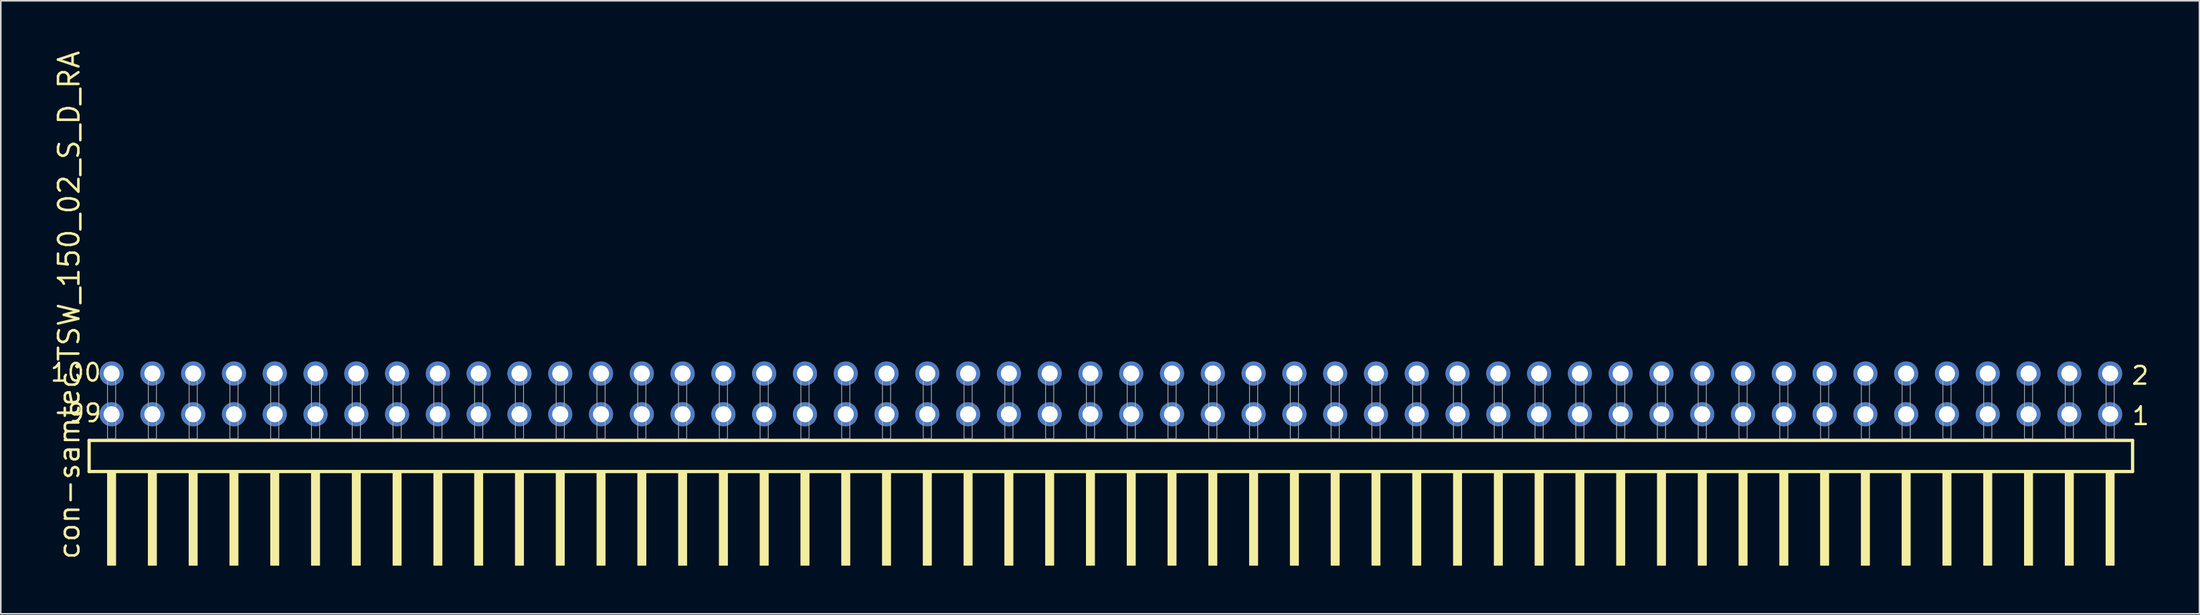
<source format=kicad_pcb>
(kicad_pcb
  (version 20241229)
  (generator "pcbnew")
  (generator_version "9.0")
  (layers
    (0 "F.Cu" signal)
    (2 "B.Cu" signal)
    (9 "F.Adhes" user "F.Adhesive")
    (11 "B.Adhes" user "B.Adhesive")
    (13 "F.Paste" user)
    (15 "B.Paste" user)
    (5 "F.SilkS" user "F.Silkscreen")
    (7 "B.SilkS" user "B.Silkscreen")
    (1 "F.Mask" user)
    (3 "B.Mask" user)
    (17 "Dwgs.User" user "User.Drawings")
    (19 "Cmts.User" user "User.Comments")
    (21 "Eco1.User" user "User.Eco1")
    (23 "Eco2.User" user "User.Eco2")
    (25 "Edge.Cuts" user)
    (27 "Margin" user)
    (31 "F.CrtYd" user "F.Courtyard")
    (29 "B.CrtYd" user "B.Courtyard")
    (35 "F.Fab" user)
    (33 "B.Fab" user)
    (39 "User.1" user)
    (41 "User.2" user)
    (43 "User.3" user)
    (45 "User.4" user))
  (footprint "con-samtec.TSW_150_02_S_D_RA"
    (layer "F.Cu")
    (at 66.13 24.296)
    (property "Reference" "con-samtec.TSW_150_02_S_D_RA" (at -64.135 7.62 90) (layer "F.SilkS") (effects (font (size 1.27 1.27) (thickness 0.16)) (justify left bottom)))
    (attr through_hole)
    (fp_line (start -63.629 0.106) (end -63.629 2.046) (stroke (width 0.203) (type default)) (layer "F.SilkS"))
    (fp_line (start -63.629 2.046) (end 63.629 2.046) (stroke (width 0.203) (type default)) (layer "F.SilkS"))
    (fp_line (start 63.629 0.106) (end -63.629 0.106) (stroke (width 0.203) (type default)) (layer "F.SilkS"))
    (fp_line (start 63.629 2.046) (end 63.629 0.106) (stroke (width 0.203) (type default)) (layer "F.SilkS"))
    (fp_rect (start -62.484 7.89) (end -61.976 2.04) (stroke (width 0.05) (type default)) (fill yes) (layer "F.SilkS"))
    (fp_rect (start -59.944 7.89) (end -59.436 2.04) (stroke (width 0.05) (type default)) (fill yes) (layer "F.SilkS"))
    (fp_rect (start -57.404 7.89) (end -56.896 2.04) (stroke (width 0.05) (type default)) (fill yes) (layer "F.SilkS"))
    (fp_rect (start -54.864 7.89) (end -54.356 2.04) (stroke (width 0.05) (type default)) (fill yes) (layer "F.SilkS"))
    (fp_rect (start -52.324 7.89) (end -51.816 2.04) (stroke (width 0.05) (type default)) (fill yes) (layer "F.SilkS"))
    (fp_rect (start -49.784 7.89) (end -49.276 2.04) (stroke (width 0.05) (type default)) (fill yes) (layer "F.SilkS"))
    (fp_rect (start -47.244 7.89) (end -46.736 2.04) (stroke (width 0.05) (type default)) (fill yes) (layer "F.SilkS"))
    (fp_rect (start -44.704 7.89) (end -44.196 2.04) (stroke (width 0.05) (type default)) (fill yes) (layer "F.SilkS"))
    (fp_rect (start -42.164 7.89) (end -41.656 2.04) (stroke (width 0.05) (type default)) (fill yes) (layer "F.SilkS"))
    (fp_rect (start -39.624 7.89) (end -39.116 2.04) (stroke (width 0.05) (type default)) (fill yes) (layer "F.SilkS"))
    (fp_rect (start -37.084 7.89) (end -36.576 2.04) (stroke (width 0.05) (type default)) (fill yes) (layer "F.SilkS"))
    (fp_rect (start -34.544 7.89) (end -34.036 2.04) (stroke (width 0.05) (type default)) (fill yes) (layer "F.SilkS"))
    (fp_rect (start -32.004 7.89) (end -31.496 2.04) (stroke (width 0.05) (type default)) (fill yes) (layer "F.SilkS"))
    (fp_rect (start -29.464 7.89) (end -28.956 2.04) (stroke (width 0.05) (type default)) (fill yes) (layer "F.SilkS"))
    (fp_rect (start -26.924 7.89) (end -26.416 2.04) (stroke (width 0.05) (type default)) (fill yes) (layer "F.SilkS"))
    (fp_rect (start -24.384 7.89) (end -23.876 2.04) (stroke (width 0.05) (type default)) (fill yes) (layer "F.SilkS"))
    (fp_rect (start -21.844 7.89) (end -21.336 2.04) (stroke (width 0.05) (type default)) (fill yes) (layer "F.SilkS"))
    (fp_rect (start -19.304 7.89) (end -18.796 2.04) (stroke (width 0.05) (type default)) (fill yes) (layer "F.SilkS"))
    (fp_rect (start -16.764 7.89) (end -16.256 2.04) (stroke (width 0.05) (type default)) (fill yes) (layer "F.SilkS"))
    (fp_rect (start -14.224 7.89) (end -13.716 2.04) (stroke (width 0.05) (type default)) (fill yes) (layer "F.SilkS"))
    (fp_rect (start -11.684 7.89) (end -11.176 2.04) (stroke (width 0.05) (type default)) (fill yes) (layer "F.SilkS"))
    (fp_rect (start -9.144 7.89) (end -8.636 2.04) (stroke (width 0.05) (type default)) (fill yes) (layer "F.SilkS"))
    (fp_rect (start -6.604 7.89) (end -6.096 2.04) (stroke (width 0.05) (type default)) (fill yes) (layer "F.SilkS"))
    (fp_rect (start -4.064 7.89) (end -3.556 2.04) (stroke (width 0.05) (type default)) (fill yes) (layer "F.SilkS"))
    (fp_rect (start -1.524 7.89) (end -1.016 2.04) (stroke (width 0.05) (type default)) (fill yes) (layer "F.SilkS"))
    (fp_rect (start 1.016 7.89) (end 1.524 2.04) (stroke (width 0.05) (type default)) (fill yes) (layer "F.SilkS"))
    (fp_rect (start 3.556 7.89) (end 4.064 2.04) (stroke (width 0.05) (type default)) (fill yes) (layer "F.SilkS"))
    (fp_rect (start 6.096 7.89) (end 6.604 2.04) (stroke (width 0.05) (type default)) (fill yes) (layer "F.SilkS"))
    (fp_rect (start 8.636 7.89) (end 9.144 2.04) (stroke (width 0.05) (type default)) (fill yes) (layer "F.SilkS"))
    (fp_rect (start 11.176 7.89) (end 11.684 2.04) (stroke (width 0.05) (type default)) (fill yes) (layer "F.SilkS"))
    (fp_rect (start 13.716 7.89) (end 14.224 2.04) (stroke (width 0.05) (type default)) (fill yes) (layer "F.SilkS"))
    (fp_rect (start 16.256 7.89) (end 16.764 2.04) (stroke (width 0.05) (type default)) (fill yes) (layer "F.SilkS"))
    (fp_rect (start 18.796 7.89) (end 19.304 2.04) (stroke (width 0.05) (type default)) (fill yes) (layer "F.SilkS"))
    (fp_rect (start 21.336 7.89) (end 21.844 2.04) (stroke (width 0.05) (type default)) (fill yes) (layer "F.SilkS"))
    (fp_rect (start 23.876 7.89) (end 24.384 2.04) (stroke (width 0.05) (type default)) (fill yes) (layer "F.SilkS"))
    (fp_rect (start 26.416 7.89) (end 26.924 2.04) (stroke (width 0.05) (type default)) (fill yes) (layer "F.SilkS"))
    (fp_rect (start 28.956 7.89) (end 29.464 2.04) (stroke (width 0.05) (type default)) (fill yes) (layer "F.SilkS"))
    (fp_rect (start 31.496 7.89) (end 32.004 2.04) (stroke (width 0.05) (type default)) (fill yes) (layer "F.SilkS"))
    (fp_rect (start 34.036 7.89) (end 34.544 2.04) (stroke (width 0.05) (type default)) (fill yes) (layer "F.SilkS"))
    (fp_rect (start 36.576 7.89) (end 37.084 2.04) (stroke (width 0.05) (type default)) (fill yes) (layer "F.SilkS"))
    (fp_rect (start 39.116 7.89) (end 39.624 2.04) (stroke (width 0.05) (type default)) (fill yes) (layer "F.SilkS"))
    (fp_rect (start 41.656 7.89) (end 42.164 2.04) (stroke (width 0.05) (type default)) (fill yes) (layer "F.SilkS"))
    (fp_rect (start 44.196 7.89) (end 44.704 2.04) (stroke (width 0.05) (type default)) (fill yes) (layer "F.SilkS"))
    (fp_rect (start 46.736 7.89) (end 47.244 2.04) (stroke (width 0.05) (type default)) (fill yes) (layer "F.SilkS"))
    (fp_rect (start 49.276 7.89) (end 49.784 2.04) (stroke (width 0.05) (type default)) (fill yes) (layer "F.SilkS"))
    (fp_rect (start 51.816 7.89) (end 52.324 2.04) (stroke (width 0.05) (type default)) (fill yes) (layer "F.SilkS"))
    (fp_rect (start 54.356 7.89) (end 54.864 2.04) (stroke (width 0.05) (type default)) (fill yes) (layer "F.SilkS"))
    (fp_rect (start 56.896 7.89) (end 57.404 2.04) (stroke (width 0.05) (type default)) (fill yes) (layer "F.SilkS"))
    (fp_rect (start 59.436 7.89) (end 59.944 2.04) (stroke (width 0.05) (type default)) (fill yes) (layer "F.SilkS"))
    (fp_rect (start 61.976 7.89) (end 62.484 2.04) (stroke (width 0.05) (type default)) (fill yes) (layer "F.SilkS"))
    (fp_rect (start -62.484 0) (end -61.976 -4.318) (stroke (width 0.05) (type default)) (fill no) (layer "F.Fab"))
    (fp_rect (start -59.944 0) (end -59.436 -4.318) (stroke (width 0.05) (type default)) (fill no) (layer "F.Fab"))
    (fp_rect (start -57.404 0) (end -56.896 -4.318) (stroke (width 0.05) (type default)) (fill no) (layer "F.Fab"))
    (fp_rect (start -54.864 0) (end -54.356 -4.318) (stroke (width 0.05) (type default)) (fill no) (layer "F.Fab"))
    (fp_rect (start -52.324 0) (end -51.816 -4.318) (stroke (width 0.05) (type default)) (fill no) (layer "F.Fab"))
    (fp_rect (start -49.784 0) (end -49.276 -4.318) (stroke (width 0.05) (type default)) (fill no) (layer "F.Fab"))
    (fp_rect (start -47.244 0) (end -46.736 -4.318) (stroke (width 0.05) (type default)) (fill no) (layer "F.Fab"))
    (fp_rect (start -44.704 0) (end -44.196 -4.318) (stroke (width 0.05) (type default)) (fill no) (layer "F.Fab"))
    (fp_rect (start -42.164 0) (end -41.656 -4.318) (stroke (width 0.05) (type default)) (fill no) (layer "F.Fab"))
    (fp_rect (start -39.624 0) (end -39.116 -4.318) (stroke (width 0.05) (type default)) (fill no) (layer "F.Fab"))
    (fp_rect (start -37.084 0) (end -36.576 -4.318) (stroke (width 0.05) (type default)) (fill no) (layer "F.Fab"))
    (fp_rect (start -34.544 0) (end -34.036 -4.318) (stroke (width 0.05) (type default)) (fill no) (layer "F.Fab"))
    (fp_rect (start -32.004 0) (end -31.496 -4.318) (stroke (width 0.05) (type default)) (fill no) (layer "F.Fab"))
    (fp_rect (start -29.464 0) (end -28.956 -4.318) (stroke (width 0.05) (type default)) (fill no) (layer "F.Fab"))
    (fp_rect (start -26.924 0) (end -26.416 -4.318) (stroke (width 0.05) (type default)) (fill no) (layer "F.Fab"))
    (fp_rect (start -24.384 0) (end -23.876 -4.318) (stroke (width 0.05) (type default)) (fill no) (layer "F.Fab"))
    (fp_rect (start -21.844 0) (end -21.336 -4.318) (stroke (width 0.05) (type default)) (fill no) (layer "F.Fab"))
    (fp_rect (start -19.304 0) (end -18.796 -4.318) (stroke (width 0.05) (type default)) (fill no) (layer "F.Fab"))
    (fp_rect (start -16.764 0) (end -16.256 -4.318) (stroke (width 0.05) (type default)) (fill no) (layer "F.Fab"))
    (fp_rect (start -14.224 0) (end -13.716 -4.318) (stroke (width 0.05) (type default)) (fill no) (layer "F.Fab"))
    (fp_rect (start -11.684 0) (end -11.176 -4.318) (stroke (width 0.05) (type default)) (fill no) (layer "F.Fab"))
    (fp_rect (start -9.144 0) (end -8.636 -4.318) (stroke (width 0.05) (type default)) (fill no) (layer "F.Fab"))
    (fp_rect (start -6.604 0) (end -6.096 -4.318) (stroke (width 0.05) (type default)) (fill no) (layer "F.Fab"))
    (fp_rect (start -4.064 0) (end -3.556 -4.318) (stroke (width 0.05) (type default)) (fill no) (layer "F.Fab"))
    (fp_rect (start -1.524 0) (end -1.016 -4.318) (stroke (width 0.05) (type default)) (fill no) (layer "F.Fab"))
    (fp_rect (start 1.016 0) (end 1.524 -4.318) (stroke (width 0.05) (type default)) (fill no) (layer "F.Fab"))
    (fp_rect (start 3.556 0) (end 4.064 -4.318) (stroke (width 0.05) (type default)) (fill no) (layer "F.Fab"))
    (fp_rect (start 6.096 0) (end 6.604 -4.318) (stroke (width 0.05) (type default)) (fill no) (layer "F.Fab"))
    (fp_rect (start 8.636 0) (end 9.144 -4.318) (stroke (width 0.05) (type default)) (fill no) (layer "F.Fab"))
    (fp_rect (start 11.176 0) (end 11.684 -4.318) (stroke (width 0.05) (type default)) (fill no) (layer "F.Fab"))
    (fp_rect (start 13.716 0) (end 14.224 -4.318) (stroke (width 0.05) (type default)) (fill no) (layer "F.Fab"))
    (fp_rect (start 16.256 0) (end 16.764 -4.318) (stroke (width 0.05) (type default)) (fill no) (layer "F.Fab"))
    (fp_rect (start 18.796 0) (end 19.304 -4.318) (stroke (width 0.05) (type default)) (fill no) (layer "F.Fab"))
    (fp_rect (start 21.336 0) (end 21.844 -4.318) (stroke (width 0.05) (type default)) (fill no) (layer "F.Fab"))
    (fp_rect (start 23.876 0) (end 24.384 -4.318) (stroke (width 0.05) (type default)) (fill no) (layer "F.Fab"))
    (fp_rect (start 26.416 0) (end 26.924 -4.318) (stroke (width 0.05) (type default)) (fill no) (layer "F.Fab"))
    (fp_rect (start 28.956 0) (end 29.464 -4.318) (stroke (width 0.05) (type default)) (fill no) (layer "F.Fab"))
    (fp_rect (start 31.496 0) (end 32.004 -4.318) (stroke (width 0.05) (type default)) (fill no) (layer "F.Fab"))
    (fp_rect (start 34.036 0) (end 34.544 -4.318) (stroke (width 0.05) (type default)) (fill no) (layer "F.Fab"))
    (fp_rect (start 36.576 0) (end 37.084 -4.318) (stroke (width 0.05) (type default)) (fill no) (layer "F.Fab"))
    (fp_rect (start 39.116 0) (end 39.624 -4.318) (stroke (width 0.05) (type default)) (fill no) (layer "F.Fab"))
    (fp_rect (start 41.656 0) (end 42.164 -4.318) (stroke (width 0.05) (type default)) (fill no) (layer "F.Fab"))
    (fp_rect (start 44.196 0) (end 44.704 -4.318) (stroke (width 0.05) (type default)) (fill no) (layer "F.Fab"))
    (fp_rect (start 46.736 0) (end 47.244 -4.318) (stroke (width 0.05) (type default)) (fill no) (layer "F.Fab"))
    (fp_rect (start 49.276 0) (end 49.784 -4.318) (stroke (width 0.05) (type default)) (fill no) (layer "F.Fab"))
    (fp_rect (start 51.816 0) (end 52.324 -4.318) (stroke (width 0.05) (type default)) (fill no) (layer "F.Fab"))
    (fp_rect (start 54.356 0) (end 54.864 -4.318) (stroke (width 0.05) (type default)) (fill no) (layer "F.Fab"))
    (fp_rect (start 56.896 0) (end 57.404 -4.318) (stroke (width 0.05) (type default)) (fill no) (layer "F.Fab"))
    (fp_rect (start 59.436 0) (end 59.944 -4.318) (stroke (width 0.05) (type default)) (fill no) (layer "F.Fab"))
    (fp_rect (start 61.976 0) (end 62.484 -4.318) (stroke (width 0.05) (type default)) (fill no) (layer "F.Fab"))
    (fp_text user "100" (at -66.13 -3.48 0) (layer "F.SilkS") (effects (font (size 1.1 1.1) (thickness 0.15)) (justify left bottom)))
    (fp_text user "99" (at -65.06 -0.955 0) (layer "F.SilkS") (effects (font (size 1.1 1.1) (thickness 0.15)) (justify left bottom)))
    (fp_text user "2" (at 63.48 -3.29 0) (layer "F.SilkS") (effects (font (size 1.1 1.1) (thickness 0.15)) (justify left bottom)))
    (fp_text user "1" (at 63.515 -0.775 0) (layer "F.SilkS") (effects (font (size 1.1 1.1) (thickness 0.15)) (justify left bottom)))
    (pad "1" thru_hole circle (at 62.23 -1.524 180) (size 1.5 1.5) (drill 1) (layers "*.Cu" "*.Mask"))
    (pad "2" thru_hole circle (at 62.23 -4.064 180) (size 1.5 1.5) (drill 1) (layers "*.Cu" "*.Mask"))
    (pad "3" thru_hole circle (at 59.69 -1.524 180) (size 1.5 1.5) (drill 1) (layers "*.Cu" "*.Mask"))
    (pad "4" thru_hole circle (at 59.69 -4.064 180) (size 1.5 1.5) (drill 1) (layers "*.Cu" "*.Mask"))
    (pad "5" thru_hole circle (at 57.15 -1.524 180) (size 1.5 1.5) (drill 1) (layers "*.Cu" "*.Mask"))
    (pad "6" thru_hole circle (at 57.15 -4.064 180) (size 1.5 1.5) (drill 1) (layers "*.Cu" "*.Mask"))
    (pad "7" thru_hole circle (at 54.61 -1.524 180) (size 1.5 1.5) (drill 1) (layers "*.Cu" "*.Mask"))
    (pad "8" thru_hole circle (at 54.61 -4.064 180) (size 1.5 1.5) (drill 1) (layers "*.Cu" "*.Mask"))
    (pad "9" thru_hole circle (at 52.07 -1.524 180) (size 1.5 1.5) (drill 1) (layers "*.Cu" "*.Mask"))
    (pad "10" thru_hole circle (at 52.07 -4.064 180) (size 1.5 1.5) (drill 1) (layers "*.Cu" "*.Mask"))
    (pad "11" thru_hole circle (at 49.53 -1.524 180) (size 1.5 1.5) (drill 1) (layers "*.Cu" "*.Mask"))
    (pad "12" thru_hole circle (at 49.53 -4.064 180) (size 1.5 1.5) (drill 1) (layers "*.Cu" "*.Mask"))
    (pad "13" thru_hole circle (at 46.99 -1.524 180) (size 1.5 1.5) (drill 1) (layers "*.Cu" "*.Mask"))
    (pad "14" thru_hole circle (at 46.99 -4.064 180) (size 1.5 1.5) (drill 1) (layers "*.Cu" "*.Mask"))
    (pad "15" thru_hole circle (at 44.45 -1.524 180) (size 1.5 1.5) (drill 1) (layers "*.Cu" "*.Mask"))
    (pad "16" thru_hole circle (at 44.45 -4.064 180) (size 1.5 1.5) (drill 1) (layers "*.Cu" "*.Mask"))
    (pad "17" thru_hole circle (at 41.91 -1.524 180) (size 1.5 1.5) (drill 1) (layers "*.Cu" "*.Mask"))
    (pad "18" thru_hole circle (at 41.91 -4.064 180) (size 1.5 1.5) (drill 1) (layers "*.Cu" "*.Mask"))
    (pad "19" thru_hole circle (at 39.37 -1.524 180) (size 1.5 1.5) (drill 1) (layers "*.Cu" "*.Mask"))
    (pad "20" thru_hole circle (at 39.37 -4.064 180) (size 1.5 1.5) (drill 1) (layers "*.Cu" "*.Mask"))
    (pad "21" thru_hole circle (at 36.83 -1.524 180) (size 1.5 1.5) (drill 1) (layers "*.Cu" "*.Mask"))
    (pad "22" thru_hole circle (at 36.83 -4.064 180) (size 1.5 1.5) (drill 1) (layers "*.Cu" "*.Mask"))
    (pad "23" thru_hole circle (at 34.29 -1.524 180) (size 1.5 1.5) (drill 1) (layers "*.Cu" "*.Mask"))
    (pad "24" thru_hole circle (at 34.29 -4.064 180) (size 1.5 1.5) (drill 1) (layers "*.Cu" "*.Mask"))
    (pad "25" thru_hole circle (at 31.75 -1.524 180) (size 1.5 1.5) (drill 1) (layers "*.Cu" "*.Mask"))
    (pad "26" thru_hole circle (at 31.75 -4.064 180) (size 1.5 1.5) (drill 1) (layers "*.Cu" "*.Mask"))
    (pad "27" thru_hole circle (at 29.21 -1.524 180) (size 1.5 1.5) (drill 1) (layers "*.Cu" "*.Mask"))
    (pad "28" thru_hole circle (at 29.21 -4.064 180) (size 1.5 1.5) (drill 1) (layers "*.Cu" "*.Mask"))
    (pad "29" thru_hole circle (at 26.67 -1.524 180) (size 1.5 1.5) (drill 1) (layers "*.Cu" "*.Mask"))
    (pad "30" thru_hole circle (at 26.67 -4.064 180) (size 1.5 1.5) (drill 1) (layers "*.Cu" "*.Mask"))
    (pad "31" thru_hole circle (at 24.13 -1.524 180) (size 1.5 1.5) (drill 1) (layers "*.Cu" "*.Mask"))
    (pad "32" thru_hole circle (at 24.13 -4.064 180) (size 1.5 1.5) (drill 1) (layers "*.Cu" "*.Mask"))
    (pad "33" thru_hole circle (at 21.59 -1.524 180) (size 1.5 1.5) (drill 1) (layers "*.Cu" "*.Mask"))
    (pad "34" thru_hole circle (at 21.59 -4.064 180) (size 1.5 1.5) (drill 1) (layers "*.Cu" "*.Mask"))
    (pad "35" thru_hole circle (at 19.05 -1.524 180) (size 1.5 1.5) (drill 1) (layers "*.Cu" "*.Mask"))
    (pad "36" thru_hole circle (at 19.05 -4.064 180) (size 1.5 1.5) (drill 1) (layers "*.Cu" "*.Mask"))
    (pad "37" thru_hole circle (at 16.51 -1.524 180) (size 1.5 1.5) (drill 1) (layers "*.Cu" "*.Mask"))
    (pad "38" thru_hole circle (at 16.51 -4.064 180) (size 1.5 1.5) (drill 1) (layers "*.Cu" "*.Mask"))
    (pad "39" thru_hole circle (at 13.97 -1.524 180) (size 1.5 1.5) (drill 1) (layers "*.Cu" "*.Mask"))
    (pad "40" thru_hole circle (at 13.97 -4.064 180) (size 1.5 1.5) (drill 1) (layers "*.Cu" "*.Mask"))
    (pad "41" thru_hole circle (at 11.43 -1.524 180) (size 1.5 1.5) (drill 1) (layers "*.Cu" "*.Mask"))
    (pad "42" thru_hole circle (at 11.43 -4.064 180) (size 1.5 1.5) (drill 1) (layers "*.Cu" "*.Mask"))
    (pad "43" thru_hole circle (at 8.89 -1.524 180) (size 1.5 1.5) (drill 1) (layers "*.Cu" "*.Mask"))
    (pad "44" thru_hole circle (at 8.89 -4.064 180) (size 1.5 1.5) (drill 1) (layers "*.Cu" "*.Mask"))
    (pad "45" thru_hole circle (at 6.35 -1.524 180) (size 1.5 1.5) (drill 1) (layers "*.Cu" "*.Mask"))
    (pad "46" thru_hole circle (at 6.35 -4.064 180) (size 1.5 1.5) (drill 1) (layers "*.Cu" "*.Mask"))
    (pad "47" thru_hole circle (at 3.81 -1.524 180) (size 1.5 1.5) (drill 1) (layers "*.Cu" "*.Mask"))
    (pad "48" thru_hole circle (at 3.81 -4.064 180) (size 1.5 1.5) (drill 1) (layers "*.Cu" "*.Mask"))
    (pad "49" thru_hole circle (at 1.27 -1.524 180) (size 1.5 1.5) (drill 1) (layers "*.Cu" "*.Mask"))
    (pad "50" thru_hole circle (at 1.27 -4.064 180) (size 1.5 1.5) (drill 1) (layers "*.Cu" "*.Mask"))
    (pad "51" thru_hole circle (at -1.27 -1.524 180) (size 1.5 1.5) (drill 1) (layers "*.Cu" "*.Mask"))
    (pad "52" thru_hole circle (at -1.27 -4.064 180) (size 1.5 1.5) (drill 1) (layers "*.Cu" "*.Mask"))
    (pad "53" thru_hole circle (at -3.81 -1.524 180) (size 1.5 1.5) (drill 1) (layers "*.Cu" "*.Mask"))
    (pad "54" thru_hole circle (at -3.81 -4.064 180) (size 1.5 1.5) (drill 1) (layers "*.Cu" "*.Mask"))
    (pad "55" thru_hole circle (at -6.35 -1.524 180) (size 1.5 1.5) (drill 1) (layers "*.Cu" "*.Mask"))
    (pad "56" thru_hole circle (at -6.35 -4.064 180) (size 1.5 1.5) (drill 1) (layers "*.Cu" "*.Mask"))
    (pad "57" thru_hole circle (at -8.89 -1.524 180) (size 1.5 1.5) (drill 1) (layers "*.Cu" "*.Mask"))
    (pad "58" thru_hole circle (at -8.89 -4.064 180) (size 1.5 1.5) (drill 1) (layers "*.Cu" "*.Mask"))
    (pad "59" thru_hole circle (at -11.43 -1.524 180) (size 1.5 1.5) (drill 1) (layers "*.Cu" "*.Mask"))
    (pad "60" thru_hole circle (at -11.43 -4.064 180) (size 1.5 1.5) (drill 1) (layers "*.Cu" "*.Mask"))
    (pad "61" thru_hole circle (at -13.97 -1.524 180) (size 1.5 1.5) (drill 1) (layers "*.Cu" "*.Mask"))
    (pad "62" thru_hole circle (at -13.97 -4.064 180) (size 1.5 1.5) (drill 1) (layers "*.Cu" "*.Mask"))
    (pad "63" thru_hole circle (at -16.51 -1.524 180) (size 1.5 1.5) (drill 1) (layers "*.Cu" "*.Mask"))
    (pad "64" thru_hole circle (at -16.51 -4.064 180) (size 1.5 1.5) (drill 1) (layers "*.Cu" "*.Mask"))
    (pad "65" thru_hole circle (at -19.05 -1.524 180) (size 1.5 1.5) (drill 1) (layers "*.Cu" "*.Mask"))
    (pad "66" thru_hole circle (at -19.05 -4.064 180) (size 1.5 1.5) (drill 1) (layers "*.Cu" "*.Mask"))
    (pad "67" thru_hole circle (at -21.59 -1.524 180) (size 1.5 1.5) (drill 1) (layers "*.Cu" "*.Mask"))
    (pad "68" thru_hole circle (at -21.59 -4.064 180) (size 1.5 1.5) (drill 1) (layers "*.Cu" "*.Mask"))
    (pad "69" thru_hole circle (at -24.13 -1.524 180) (size 1.5 1.5) (drill 1) (layers "*.Cu" "*.Mask"))
    (pad "70" thru_hole circle (at -24.13 -4.064 180) (size 1.5 1.5) (drill 1) (layers "*.Cu" "*.Mask"))
    (pad "71" thru_hole circle (at -26.67 -1.524 180) (size 1.5 1.5) (drill 1) (layers "*.Cu" "*.Mask"))
    (pad "72" thru_hole circle (at -26.67 -4.064 180) (size 1.5 1.5) (drill 1) (layers "*.Cu" "*.Mask"))
    (pad "73" thru_hole circle (at -29.21 -1.524 180) (size 1.5 1.5) (drill 1) (layers "*.Cu" "*.Mask"))
    (pad "74" thru_hole circle (at -29.21 -4.064 180) (size 1.5 1.5) (drill 1) (layers "*.Cu" "*.Mask"))
    (pad "75" thru_hole circle (at -31.75 -1.524 180) (size 1.5 1.5) (drill 1) (layers "*.Cu" "*.Mask"))
    (pad "76" thru_hole circle (at -31.75 -4.064 180) (size 1.5 1.5) (drill 1) (layers "*.Cu" "*.Mask"))
    (pad "77" thru_hole circle (at -34.29 -1.524 180) (size 1.5 1.5) (drill 1) (layers "*.Cu" "*.Mask"))
    (pad "78" thru_hole circle (at -34.29 -4.064 180) (size 1.5 1.5) (drill 1) (layers "*.Cu" "*.Mask"))
    (pad "79" thru_hole circle (at -36.83 -1.524 180) (size 1.5 1.5) (drill 1) (layers "*.Cu" "*.Mask"))
    (pad "80" thru_hole circle (at -36.83 -4.064 180) (size 1.5 1.5) (drill 1) (layers "*.Cu" "*.Mask"))
    (pad "81" thru_hole circle (at -39.37 -1.524 180) (size 1.5 1.5) (drill 1) (layers "*.Cu" "*.Mask"))
    (pad "82" thru_hole circle (at -39.37 -4.064 180) (size 1.5 1.5) (drill 1) (layers "*.Cu" "*.Mask"))
    (pad "83" thru_hole circle (at -41.91 -1.524 180) (size 1.5 1.5) (drill 1) (layers "*.Cu" "*.Mask"))
    (pad "84" thru_hole circle (at -41.91 -4.064 180) (size 1.5 1.5) (drill 1) (layers "*.Cu" "*.Mask"))
    (pad "85" thru_hole circle (at -44.45 -1.524 180) (size 1.5 1.5) (drill 1) (layers "*.Cu" "*.Mask"))
    (pad "86" thru_hole circle (at -44.45 -4.064 180) (size 1.5 1.5) (drill 1) (layers "*.Cu" "*.Mask"))
    (pad "87" thru_hole circle (at -46.99 -1.524 180) (size 1.5 1.5) (drill 1) (layers "*.Cu" "*.Mask"))
    (pad "88" thru_hole circle (at -46.99 -4.064 180) (size 1.5 1.5) (drill 1) (layers "*.Cu" "*.Mask"))
    (pad "89" thru_hole circle (at -49.53 -1.524 180) (size 1.5 1.5) (drill 1) (layers "*.Cu" "*.Mask"))
    (pad "90" thru_hole circle (at -49.53 -4.064 180) (size 1.5 1.5) (drill 1) (layers "*.Cu" "*.Mask"))
    (pad "91" thru_hole circle (at -52.07 -1.524 180) (size 1.5 1.5) (drill 1) (layers "*.Cu" "*.Mask"))
    (pad "92" thru_hole circle (at -52.07 -4.064 180) (size 1.5 1.5) (drill 1) (layers "*.Cu" "*.Mask"))
    (pad "93" thru_hole circle (at -54.61 -1.524 180) (size 1.5 1.5) (drill 1) (layers "*.Cu" "*.Mask"))
    (pad "94" thru_hole circle (at -54.61 -4.064 180) (size 1.5 1.5) (drill 1) (layers "*.Cu" "*.Mask"))
    (pad "95" thru_hole circle (at -57.15 -1.524 180) (size 1.5 1.5) (drill 1) (layers "*.Cu" "*.Mask"))
    (pad "96" thru_hole circle (at -57.15 -4.064 180) (size 1.5 1.5) (drill 1) (layers "*.Cu" "*.Mask"))
    (pad "97" thru_hole circle (at -59.69 -1.524 180) (size 1.5 1.5) (drill 1) (layers "*.Cu" "*.Mask"))
    (pad "98" thru_hole circle (at -59.69 -4.064 180) (size 1.5 1.5) (drill 1) (layers "*.Cu" "*.Mask"))
    (pad "99" thru_hole circle (at -62.23 -1.524 180) (size 1.5 1.5) (drill 1) (layers "*.Cu" "*.Mask"))
    (pad "100" thru_hole circle (at -62.23 -4.064 180) (size 1.5 1.5) (drill 1) (layers "*.Cu" "*.Mask")))
  (gr_rect
    (start -3 -3)
    (end 133.923 35.211)
    (stroke (width 0.1) (type default))
    (fill no)
    (layer "Edge.Cuts")))
</source>
